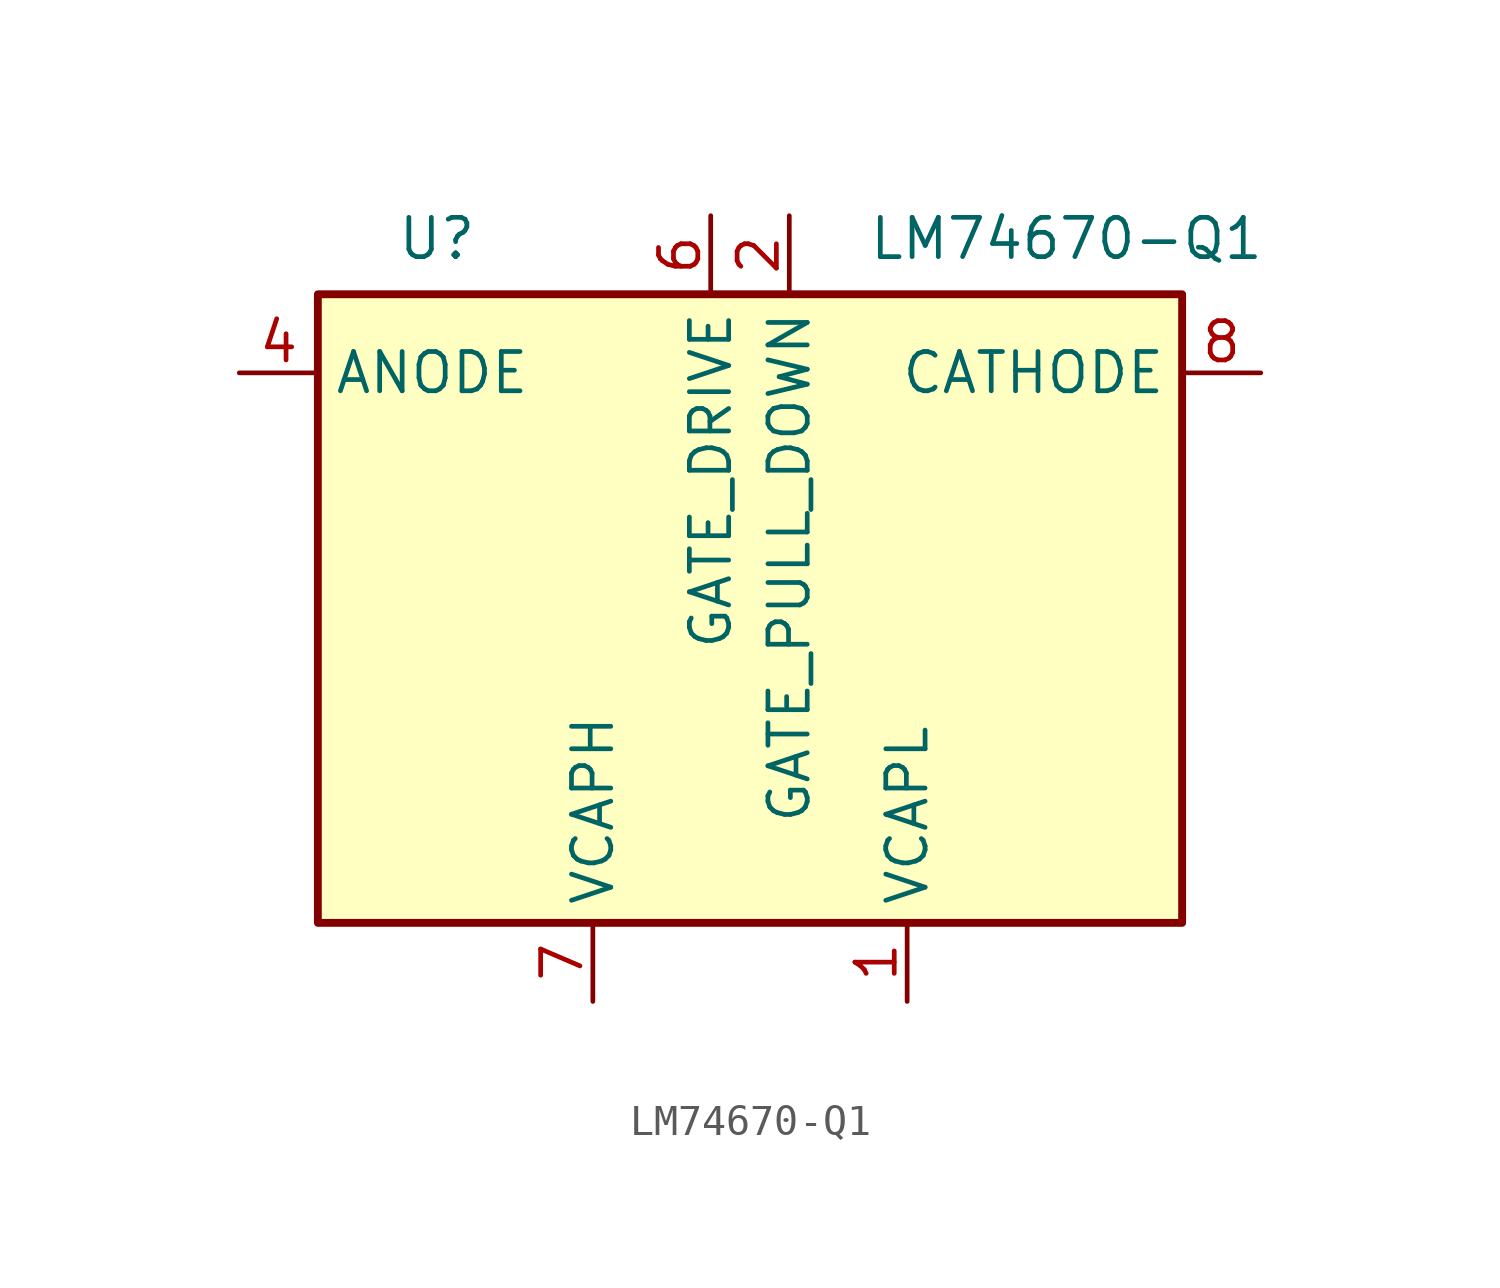
<source format=kicad_sym>
(kicad_symbol_lib
  (version 20231120)
  (generator "kicad_symbol_editor")
  (generator_version "8.0")
  (symbol "LM74670-Q1"
    (property "Reference" "U"
      (at -11.43 12.7 0)
      (effects (font (size 1.27 1.27)) (justify left top)))
    (property "Value" "LM74670-Q1"
      (at 3.81 12.7 0)
      (effects (font (size 1.27 1.27)) (justify left top)))
    (symbol "LM74670-Q1_1_1"
      (rectangle (start -13.97 10.16) (end 13.97 -10.16) (stroke (width 0.254) (type default)) (fill (type background)))
      (pin bidirectional line (at 5.08 -12.7 90) (length 2.54) (name "VCAPL" (effects (font (size 1.27 1.27)))) (number "1" (effects (font (size 1.27 1.27)))))
      (pin output line (at 1.27 12.7 270) (length 2.54) (name "GATE_PULL_DOWN" (effects (font (size 1.27 1.27)))) (number "2" (effects (font (size 1.27 1.27)))))
      (pin no_connect line (at -16.51 2.54 0) (length 2.54) hide (name "NC" (effects (font (size 1.27 1.27)))) (number "3" (effects (font (size 1.27 1.27)))))
      (pin power_in line (at -16.51 7.62 0) (length 2.54) (name "ANODE" (effects (font (size 1.27 1.27)))) (number "4" (effects (font (size 1.27 1.27)))))
      (pin no_connect line (at -16.51 2.54 0) (length 2.54) hide (name "NC" (effects (font (size 1.27 1.27)))) (number "5" (effects (font (size 1.27 1.27)))))
      (pin output line (at -1.27 12.7 270) (length 2.54) (name "GATE_DRIVE" (effects (font (size 1.27 1.27)))) (number "6" (effects (font (size 1.27 1.27)))))
      (pin bidirectional line (at -5.08 -12.7 90) (length 2.54) (name "VCAPH" (effects (font (size 1.27 1.27)))) (number "7" (effects (font (size 1.27 1.27)))))
      (pin power_in line (at 16.51 7.62 180) (length 2.54) (name "CATHODE" (effects (font (size 1.27 1.27)))) (number "8" (effects (font (size 1.27 1.27))))))))
</source>
